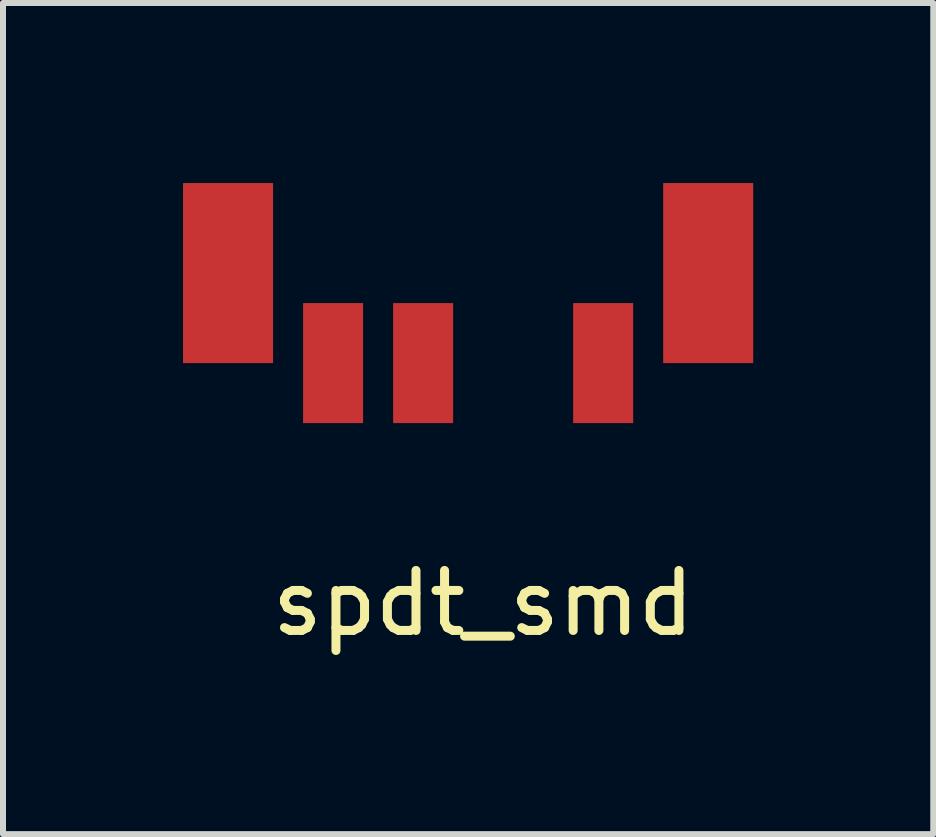
<source format=kicad_pcb>
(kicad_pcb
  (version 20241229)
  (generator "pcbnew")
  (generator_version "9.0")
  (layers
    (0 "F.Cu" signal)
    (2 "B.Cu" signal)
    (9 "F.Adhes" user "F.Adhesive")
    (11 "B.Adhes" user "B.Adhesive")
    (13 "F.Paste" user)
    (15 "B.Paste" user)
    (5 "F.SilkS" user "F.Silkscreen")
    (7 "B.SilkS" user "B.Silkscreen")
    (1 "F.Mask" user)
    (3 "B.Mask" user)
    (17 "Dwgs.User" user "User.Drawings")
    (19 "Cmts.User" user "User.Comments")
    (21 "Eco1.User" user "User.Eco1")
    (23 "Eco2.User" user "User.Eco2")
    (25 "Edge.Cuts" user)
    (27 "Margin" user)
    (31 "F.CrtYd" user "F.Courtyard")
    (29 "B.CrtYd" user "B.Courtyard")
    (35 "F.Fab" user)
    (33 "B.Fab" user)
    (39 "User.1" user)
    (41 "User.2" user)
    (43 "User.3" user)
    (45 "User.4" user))
  (footprint "spdt_smd"
    (layer "F.Cu")
    (at 2.5 2.5)
    (property "Reference" "spdt_smd" (at 2.5 4.5 0) (layer "F.SilkS") (effects (font (size 1 1) (thickness 0.15))))
    (attr through_hole)
    (pad "1" smd rect (at 0 0.5) (size 1 2) (layers "F.Cu" "F.Mask" "F.Paste"))
    (pad "2" smd rect (at 1.5 0.5) (size 1 2) (layers "F.Cu" "F.Mask" "F.Paste"))
    (pad "3" smd rect (at 4.5 0.5) (size 1 2) (layers "F.Cu" "F.Mask" "F.Paste"))
    (pad "4" smd rect (at -1.75 -1) (size 1.5 3) (layers "F.Cu" "F.Mask" "F.Paste"))
    (pad "5" smd rect (at 6.25 -1) (size 1.5 3) (layers "F.Cu" "F.Mask" "F.Paste")))
  (gr_rect
    (start -3 -3)
    (end 12.5 10.848)
    (stroke (width 0.1) (type default))
    (fill no)
    (layer "Edge.Cuts")))
</source>
